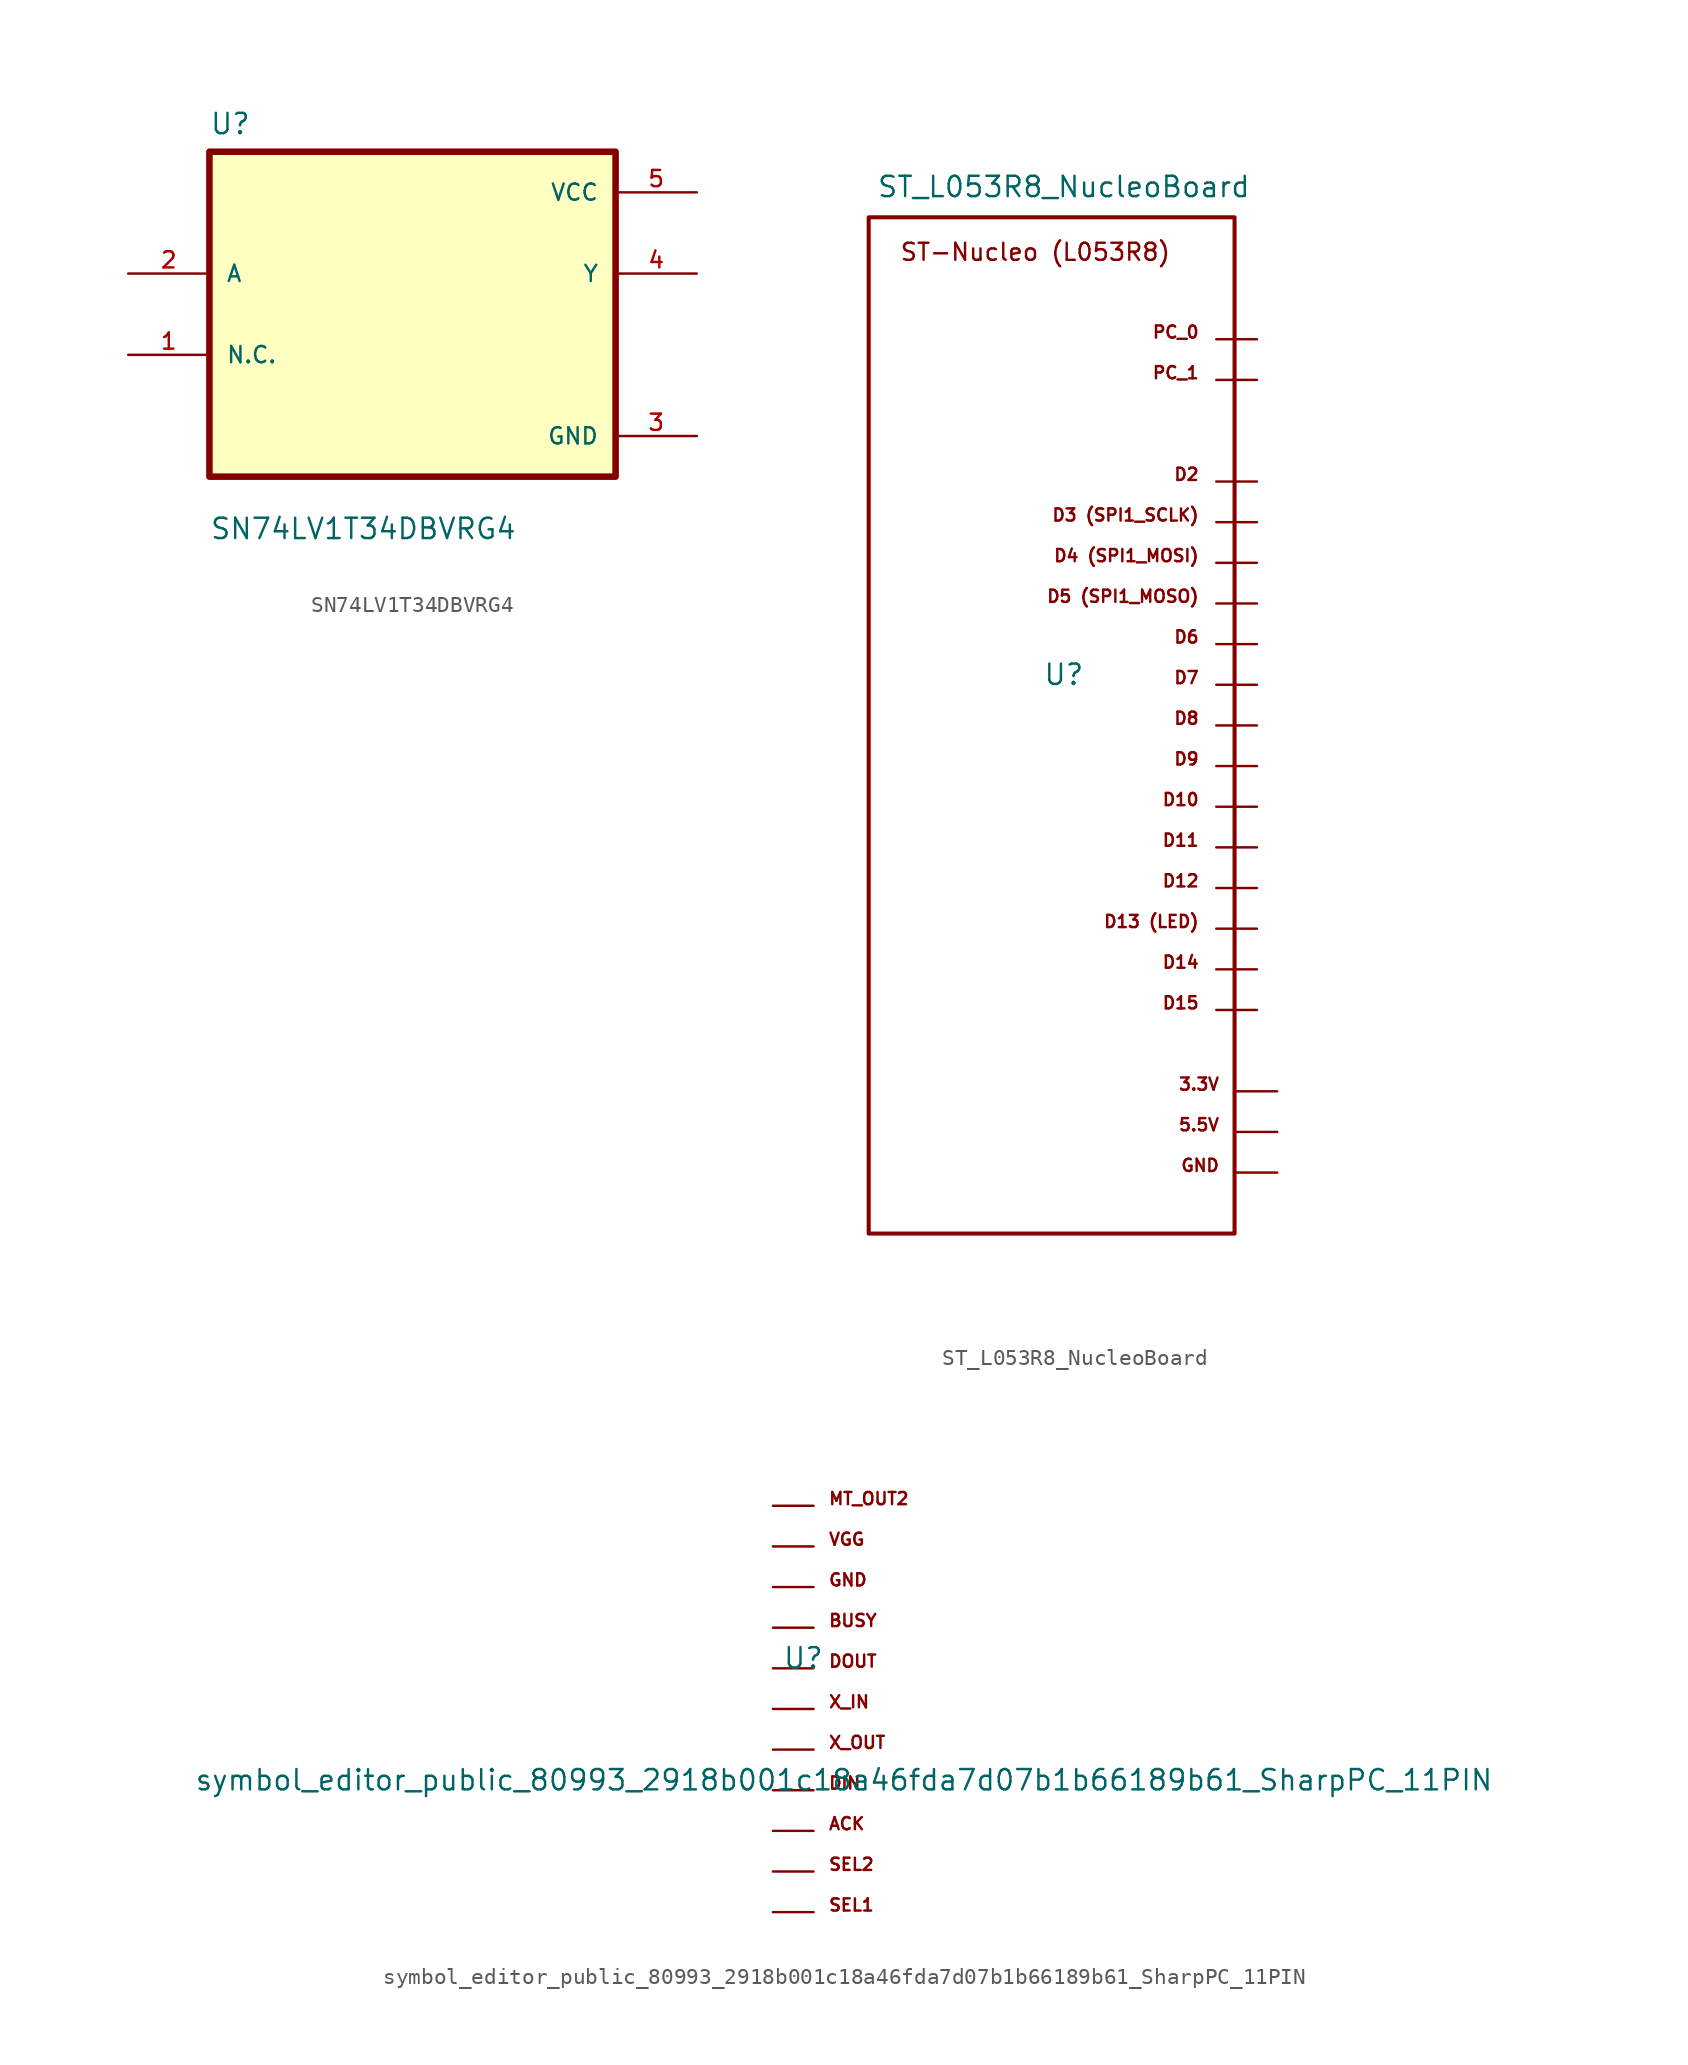
<source format=kicad_sym>
(kicad_symbol_lib
  (version 20220914)
  (generator kicad_symbol_editor)
  (symbol "SN74LV1T34DBVRG4"
    (pin_names
      (offset 1.016))
    (property "Reference" "U"
      (at -12.7 11.16 0)
      (effects (font (size 1.27 1.27)) (justify left bottom)))
    (property "Value" "SN74LV1T34DBVRG4"
      (at -12.7 -14.16 0)
      (effects (font (size 1.27 1.27)) (justify left bottom)))
    (symbol "SN74LV1T34DBVRG4_0_0"
      (rectangle (start -12.7 -10.16) (end 12.7 10.16) (stroke (width 0.41) (type default)) (fill (type background)))
      (pin bidirectional line (at -17.78 -2.54 0) (length 5.08) (name "N.C." (effects (font (size 1.016 1.016)))) (number "1" (effects (font (size 1.016 1.016)))))
      (pin input line (at -17.78 2.54 0) (length 5.08) (name "A" (effects (font (size 1.016 1.016)))) (number "2" (effects (font (size 1.016 1.016)))))
      (pin power_in line (at 17.78 -7.62 180) (length 5.08) (name "GND" (effects (font (size 1.016 1.016)))) (number "3" (effects (font (size 1.016 1.016)))))
      (pin output line (at 17.78 2.54 180) (length 5.08) (name "Y" (effects (font (size 1.016 1.016)))) (number "4" (effects (font (size 1.016 1.016)))))
      (pin power_in line (at 17.78 7.62 180) (length 5.08) (name "VCC" (effects (font (size 1.016 1.016)))) (number "5" (effects (font (size 1.016 1.016)))))))
  (symbol "ST_L053R8_NucleoBoard"
    (pin_numbers hide)
    (pin_names
      (offset 1.016) hide)
    (property "Reference" "U"
      (at -2.54 3.81 0)
      (effects (font (size 1.27 1.27))))
    (property "Value" "ST_L053R8_NucleoBoard"
      (at -2.54 34.29 0)
      (effects (font (size 1.27 1.27))))
    (symbol "ST_L053R8_NucleoBoard_0_0"
      (text " " (at -12.827 29.591 0) (effects (font (size 1.067 1.067)) (justify left bottom)))
      (text " " (at 5.969 -17.145 0) (effects (font (size 0.762 0.762)) (justify left bottom)))
      (text " " (at 5.969 -14.605 0) (effects (font (size 0.762 0.762)) (justify left bottom)))
      (text " " (at 5.969 -12.065 0) (effects (font (size 0.762 0.762)) (justify left bottom)))
      (text " " (at 5.969 -9.525 0) (effects (font (size 0.762 0.762)) (justify left bottom)))
      (text " " (at 5.969 -6.985 0) (effects (font (size 0.762 0.762)) (justify left bottom)))
      (text " " (at 5.969 -4.445 0) (effects (font (size 0.762 0.762)) (justify left bottom)))
      (text " " (at 5.969 -1.905 0) (effects (font (size 0.762 0.762)) (justify left bottom)))
      (text " " (at 5.969 0.635 0) (effects (font (size 0.762 0.762)) (justify left bottom)))
      (text " " (at 5.969 3.175 0) (effects (font (size 0.762 0.762)) (justify left bottom)))
      (text " " (at 5.969 5.715 0) (effects (font (size 0.762 0.762)) (justify left bottom)))
      (text " " (at 5.969 8.255 0) (effects (font (size 0.762 0.762)) (justify left bottom)))
      (text " " (at 5.969 10.795 0) (effects (font (size 0.762 0.762)) (justify left bottom)))
      (text " " (at 5.969 13.335 0) (effects (font (size 0.762 0.762)) (justify left bottom)))
      (text " " (at 5.969 15.875 0) (effects (font (size 0.762 0.762)) (justify left bottom)))
      (text " " (at 5.969 22.225 0) (effects (font (size 0.762 0.762)) (justify left bottom)))
      (text " " (at 5.969 24.765 0) (effects (font (size 0.762 0.762)) (justify left bottom)))
      (text " " (at 7.239 -27.305 0) (effects (font (size 0.762 0.762)) (justify left bottom)))
      (text " " (at 7.239 -24.765 0) (effects (font (size 0.762 0.762)) (justify left bottom)))
      (text " " (at 7.239 -22.225 0) (effects (font (size 0.762 0.762)) (justify left bottom)))
      (text "3.3V" (at 7.239 -22.225 0) (effects (font (size 0.762 0.762)) (justify right bottom)))
      (text "5.5V" (at 7.239 -24.765 0) (effects (font (size 0.762 0.762)) (justify right bottom)))
      (text "D10" (at 5.969 -4.445 0) (effects (font (size 0.762 0.762)) (justify right bottom)))
      (text "D11" (at 5.969 -6.985 0) (effects (font (size 0.762 0.762)) (justify right bottom)))
      (text "D12" (at 5.969 -9.525 0) (effects (font (size 0.762 0.762)) (justify right bottom)))
      (text "D13 (LED)" (at 5.969 -12.065 0) (effects (font (size 0.762 0.762)) (justify right bottom)))
      (text "D14" (at 5.969 -14.605 0) (effects (font (size 0.762 0.762)) (justify right bottom)))
      (text "D15" (at 5.969 -17.145 0) (effects (font (size 0.762 0.762)) (justify right bottom)))
      (text "D2" (at 5.969 15.875 0) (effects (font (size 0.762 0.762)) (justify right bottom)))
      (text "D3 (SPI1_SCLK)" (at 5.969 13.335 0) (effects (font (size 0.762 0.762)) (justify right bottom)))
      (text "D4 (SPI1_MOSI)" (at 5.969 10.795 0) (effects (font (size 0.762 0.762)) (justify right bottom)))
      (text "D5 (SPI1_MOSO)" (at 5.969 8.255 0) (effects (font (size 0.762 0.762)) (justify right bottom)))
      (text "D6" (at 5.969 5.715 0) (effects (font (size 0.762 0.762)) (justify right bottom)))
      (text "D7" (at 5.969 3.175 0) (effects (font (size 0.762 0.762)) (justify right bottom)))
      (text "D8" (at 5.969 0.635 0) (effects (font (size 0.762 0.762)) (justify right bottom)))
      (text "D9" (at 5.969 -1.905 0) (effects (font (size 0.762 0.762)) (justify right bottom)))
      (text "GND" (at 7.239 -27.305 0) (effects (font (size 0.762 0.762)) (justify right bottom)))
      (text "PC_0" (at 5.969 24.765 0) (effects (font (size 0.762 0.762)) (justify right bottom)))
      (text "PC_1" (at 5.969 22.225 0) (effects (font (size 0.762 0.762)) (justify right bottom)))
      (text "ST-Nucleo (L053R8)" (at -12.827 29.591 0) (effects (font (size 1.067 1.067)) (justify left bottom))))
    (symbol "ST_L053R8_NucleoBoard_0_1"
      (rectangle (start -14.732 -31.115) (end 8.128 32.385) (stroke (width 0.254) (type default)) (fill (type none))))
    (symbol "ST_L053R8_NucleoBoard_1_1"
      (pin passive line (at 9.525 10.795 180) (length 2.54) (name "D4_(SPI1_MOSI)" (effects (font (size 1.016 1.016)))) (number "1" (effects (font (size 1.016 1.016)))))
      (pin passive line (at 10.795 -27.305 180) (length 2.54) (name "GND" (effects (font (size 1.016 1.016)))) (number "10" (effects (font (size 1.016 1.016)))))
      (pin passive line (at 10.795 -22.225 180) (length 2.54) (name "3.3V" (effects (font (size 1.016 1.016)))) (number "11" (effects (font (size 1.016 1.016)))))
      (pin passive line (at 10.795 -24.765 180) (length 2.54) (name "5.5V" (effects (font (size 1.016 1.016)))) (number "12" (effects (font (size 1.016 1.016)))))
      (pin passive line (at 9.525 -12.065 180) (length 2.54) (name "D13_(LED)" (effects (font (size 1.016 1.016)))) (number "13" (effects (font (size 1.016 1.016)))))
      (pin passive line (at 9.525 -14.605 180) (length 2.54) (name "D14" (effects (font (size 1.016 1.016)))) (number "14" (effects (font (size 1.016 1.016)))))
      (pin passive line (at 9.525 -17.145 180) (length 2.54) (name "D15" (effects (font (size 1.016 1.016)))) (number "15" (effects (font (size 1.016 1.016)))))
      (pin passive line (at 9.525 13.335 180) (length 2.54) (name "D3_(SPI1_SCLK)" (effects (font (size 1.016 1.016)))) (number "16" (effects (font (size 1.016 1.016)))))
      (pin passive line (at 9.525 15.875 180) (length 2.54) (name "D2" (effects (font (size 1.016 1.016)))) (number "17" (effects (font (size 1.016 1.016)))))
      (pin passive line (at 9.525 8.255 180) (length 2.54) (name "D5_(SPI1_MOSO)" (effects (font (size 1.016 1.016)))) (number "2" (effects (font (size 1.016 1.016)))))
      (pin passive line (at 9.525 24.765 180) (length 2.54) (name "PC_0" (effects (font (size 1.016 1.016)))) (number "20" (effects (font (size 1.016 1.016)))))
      (pin passive line (at 9.525 22.225 180) (length 2.54) (name "PC_1" (effects (font (size 1.016 1.016)))) (number "21" (effects (font (size 1.016 1.016)))))
      (pin passive line (at 9.525 5.715 180) (length 2.54) (name "D6" (effects (font (size 1.016 1.016)))) (number "3" (effects (font (size 1.016 1.016)))))
      (pin passive line (at 9.525 3.175 180) (length 2.54) (name "D7" (effects (font (size 1.016 1.016)))) (number "4" (effects (font (size 1.016 1.016)))))
      (pin passive line (at 9.525 0.635 180) (length 2.54) (name "D8" (effects (font (size 1.016 1.016)))) (number "5" (effects (font (size 1.016 1.016)))))
      (pin passive line (at 9.525 -1.905 180) (length 2.54) (name "D9" (effects (font (size 1.016 1.016)))) (number "6" (effects (font (size 1.016 1.016)))))
      (pin passive line (at 9.525 -4.445 180) (length 2.54) (name "D10" (effects (font (size 1.016 1.016)))) (number "7" (effects (font (size 1.016 1.016)))))
      (pin passive line (at 9.525 -6.985 180) (length 2.54) (name "D11" (effects (font (size 1.016 1.016)))) (number "8" (effects (font (size 1.016 1.016)))))
      (pin passive line (at 9.525 -9.525 180) (length 2.54) (name "D12" (effects (font (size 1.016 1.016)))) (number "9" (effects (font (size 1.016 1.016)))))))
  (symbol "symbol_editor_public_80993_2918b001c18a46fda7d07b1b66189b61_SharpPC_11PIN"
    (pin_numbers hide)
    (pin_names
      (offset 1.016) hide)
    (property "Reference" "U"
      (at -2.54 3.81 0)
      (effects (font (size 1.27 1.27))))
    (property "Value" "symbol_editor_public_80993_2918b001c18a46fda7d07b1b66189b61_SharpPC_11PIN"
      (at 0 -3.81 0)
      (effects (font (size 1.27 1.27))))
    (symbol "symbol_editor_public_80993_2918b001c18a46fda7d07b1b66189b61_SharpPC_11PIN_0_0"
      (text " " (at -1.016 -12.065 0) (effects (font (size 0.762 0.762)) (justify left bottom)))
      (text " " (at -1.016 -9.525 0) (effects (font (size 0.762 0.762)) (justify left bottom)))
      (text " " (at -1.016 -6.985 0) (effects (font (size 0.762 0.762)) (justify left bottom)))
      (text " " (at -1.016 -4.445 0) (effects (font (size 0.762 0.762)) (justify left bottom)))
      (text " " (at -1.016 -1.905 0) (effects (font (size 0.762 0.762)) (justify left bottom)))
      (text " " (at -1.016 0.635 0) (effects (font (size 0.762 0.762)) (justify left bottom)))
      (text " " (at -1.016 3.175 0) (effects (font (size 0.762 0.762)) (justify left bottom)))
      (text " " (at -1.016 5.715 0) (effects (font (size 0.762 0.762)) (justify left bottom)))
      (text " " (at -1.016 8.255 0) (effects (font (size 0.762 0.762)) (justify left bottom)))
      (text " " (at -1.016 10.795 0) (effects (font (size 0.762 0.762)) (justify left bottom)))
      (text " " (at -1.016 13.335 0) (effects (font (size 0.762 0.762)) (justify left bottom)))
      (text "ACK" (at -1.016 -6.985 0) (effects (font (size 0.762 0.762)) (justify left bottom)))
      (text "BUSY" (at -1.016 5.715 0) (effects (font (size 0.762 0.762)) (justify left bottom)))
      (text "DIN" (at -1.016 -4.445 0) (effects (font (size 0.762 0.762)) (justify left bottom)))
      (text "DOUT" (at -1.016 3.175 0) (effects (font (size 0.762 0.762)) (justify left bottom)))
      (text "GND" (at -1.016 8.255 0) (effects (font (size 0.762 0.762)) (justify left bottom)))
      (text "MT_OUT2" (at -1.016 13.335 0) (effects (font (size 0.762 0.762)) (justify left bottom)))
      (text "SEL1" (at -1.016 -12.065 0) (effects (font (size 0.762 0.762)) (justify left bottom)))
      (text "SEL2" (at -1.016 -9.525 0) (effects (font (size 0.762 0.762)) (justify left bottom)))
      (text "VGG" (at -1.016 10.795 0) (effects (font (size 0.762 0.762)) (justify left bottom)))
      (text "X_IN" (at -1.016 0.635 0) (effects (font (size 0.762 0.762)) (justify left bottom)))
      (text "X_OUT" (at -1.016 -1.905 0) (effects (font (size 0.762 0.762)) (justify left bottom))))
    (symbol "symbol_editor_public_80993_2918b001c18a46fda7d07b1b66189b61_SharpPC_11PIN_1_1"
      (pin passive line (at -4.445 13.335 0) (length 2.54) (name "MT_OUT2" (effects (font (size 1.016 1.016)))) (number "1" (effects (font (size 1.016 1.016)))))
      (pin passive line (at -4.445 10.795 0) (length 2.54) (name "VGG" (effects (font (size 1.016 1.016)))) (number "2" (effects (font (size 1.016 1.016)))))
      (pin passive line (at -4.445 -9.525 0) (length 2.54) (name "SEL2" (effects (font (size 1.016 1.016)))) (number "23" (effects (font (size 1.016 1.016)))))
      (pin passive line (at -4.445 -12.065 0) (length 2.54) (name "SEL1" (effects (font (size 1.016 1.016)))) (number "24" (effects (font (size 1.016 1.016)))))
      (pin passive line (at -4.445 8.255 0) (length 2.54) (name "GND" (effects (font (size 1.016 1.016)))) (number "3" (effects (font (size 1.016 1.016)))))
      (pin passive line (at -4.445 5.715 0) (length 2.54) (name "BUSY" (effects (font (size 1.016 1.016)))) (number "4" (effects (font (size 1.016 1.016)))))
      (pin passive line (at -4.445 3.175 0) (length 2.54) (name "DOUT" (effects (font (size 1.016 1.016)))) (number "5" (effects (font (size 1.016 1.016)))))
      (pin passive line (at -4.445 0.635 0) (length 2.54) (name "X_IN" (effects (font (size 1.016 1.016)))) (number "6" (effects (font (size 1.016 1.016)))))
      (pin passive line (at -4.445 -1.905 0) (length 2.54) (name "X_OUT" (effects (font (size 1.016 1.016)))) (number "7" (effects (font (size 1.016 1.016)))))
      (pin passive line (at -4.445 -4.445 0) (length 2.54) (name "DIN" (effects (font (size 1.016 1.016)))) (number "8" (effects (font (size 1.016 1.016)))))
      (pin passive line (at -4.445 -6.985 0) (length 2.54) (name "ACK" (effects (font (size 1.016 1.016)))) (number "9" (effects (font (size 1.016 1.016))))))))
</source>
